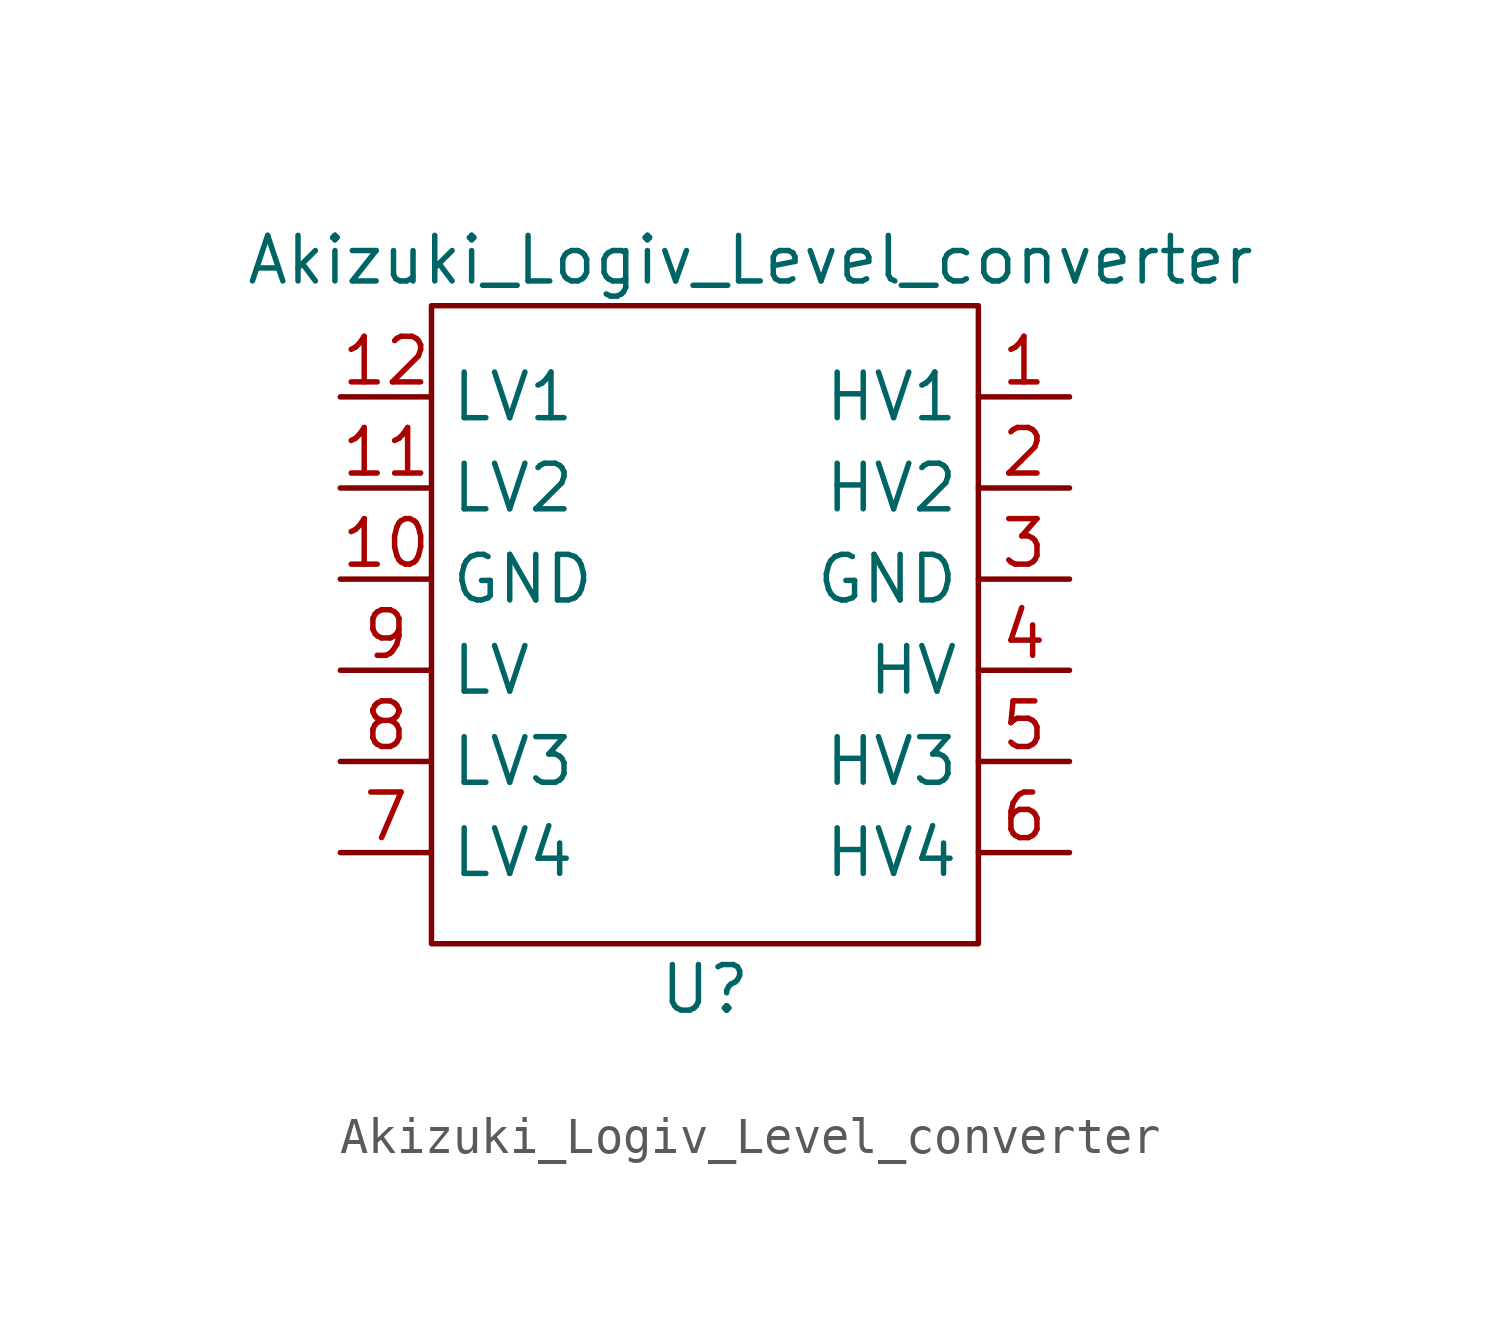
<source format=kicad_sym>
(kicad_symbol_lib
  (version 20211014)
  (generator kicad_symbol_editor)
  (symbol "Akizuki_Logiv_Level_converter"
    (property "Reference" "U"
      (at 0 -10.16 0)
      (effects (font (size 1.27 1.27))))
    (property "Value" "Akizuki_Logiv_Level_converter"
      (at 1.27 10.16 0)
      (effects (font (size 1.27 1.27))))
    (symbol "Akizuki_Logiv_Level_converter_0_1"
      (rectangle (start 7.62 8.89) (end -7.62 -8.89) (stroke (width 0.152) (type default) (color 0 0 0 0)) (fill (type none))))
    (symbol "Akizuki_Logiv_Level_converter_1_1"
      (pin bidirectional line (at 10.16 6.35 180) (length 2.54) (name "HV1" (effects (font (size 1.27 1.27)))) (number "1" (effects (font (size 1.27 1.27)))))
      (pin output line (at -10.16 1.27 0) (length 2.54) (name "GND" (effects (font (size 1.27 1.27)))) (number "10" (effects (font (size 1.27 1.27)))))
      (pin bidirectional line (at -10.16 3.81 0) (length 2.54) (name "LV2" (effects (font (size 1.27 1.27)))) (number "11" (effects (font (size 1.27 1.27)))))
      (pin bidirectional line (at -10.16 6.35 0) (length 2.54) (name "LV1" (effects (font (size 1.27 1.27)))) (number "12" (effects (font (size 1.27 1.27)))))
      (pin bidirectional line (at 10.16 3.81 180) (length 2.54) (name "HV2" (effects (font (size 1.27 1.27)))) (number "2" (effects (font (size 1.27 1.27)))))
      (pin output line (at 10.16 1.27 180) (length 2.54) (name "GND" (effects (font (size 1.27 1.27)))) (number "3" (effects (font (size 1.27 1.27)))))
      (pin input line (at 10.16 -1.27 180) (length 2.54) (name "HV" (effects (font (size 1.27 1.27)))) (number "4" (effects (font (size 1.27 1.27)))))
      (pin bidirectional line (at 10.16 -3.81 180) (length 2.54) (name "HV3" (effects (font (size 1.27 1.27)))) (number "5" (effects (font (size 1.27 1.27)))))
      (pin bidirectional line (at 10.16 -6.35 180) (length 2.54) (name "HV4" (effects (font (size 1.27 1.27)))) (number "6" (effects (font (size 1.27 1.27)))))
      (pin bidirectional line (at -10.16 -6.35 0) (length 2.54) (name "LV4" (effects (font (size 1.27 1.27)))) (number "7" (effects (font (size 1.27 1.27)))))
      (pin bidirectional line (at -10.16 -3.81 0) (length 2.54) (name "LV3" (effects (font (size 1.27 1.27)))) (number "8" (effects (font (size 1.27 1.27)))))
      (pin input line (at -10.16 -1.27 0) (length 2.54) (name "LV" (effects (font (size 1.27 1.27)))) (number "9" (effects (font (size 1.27 1.27))))))))
</source>
